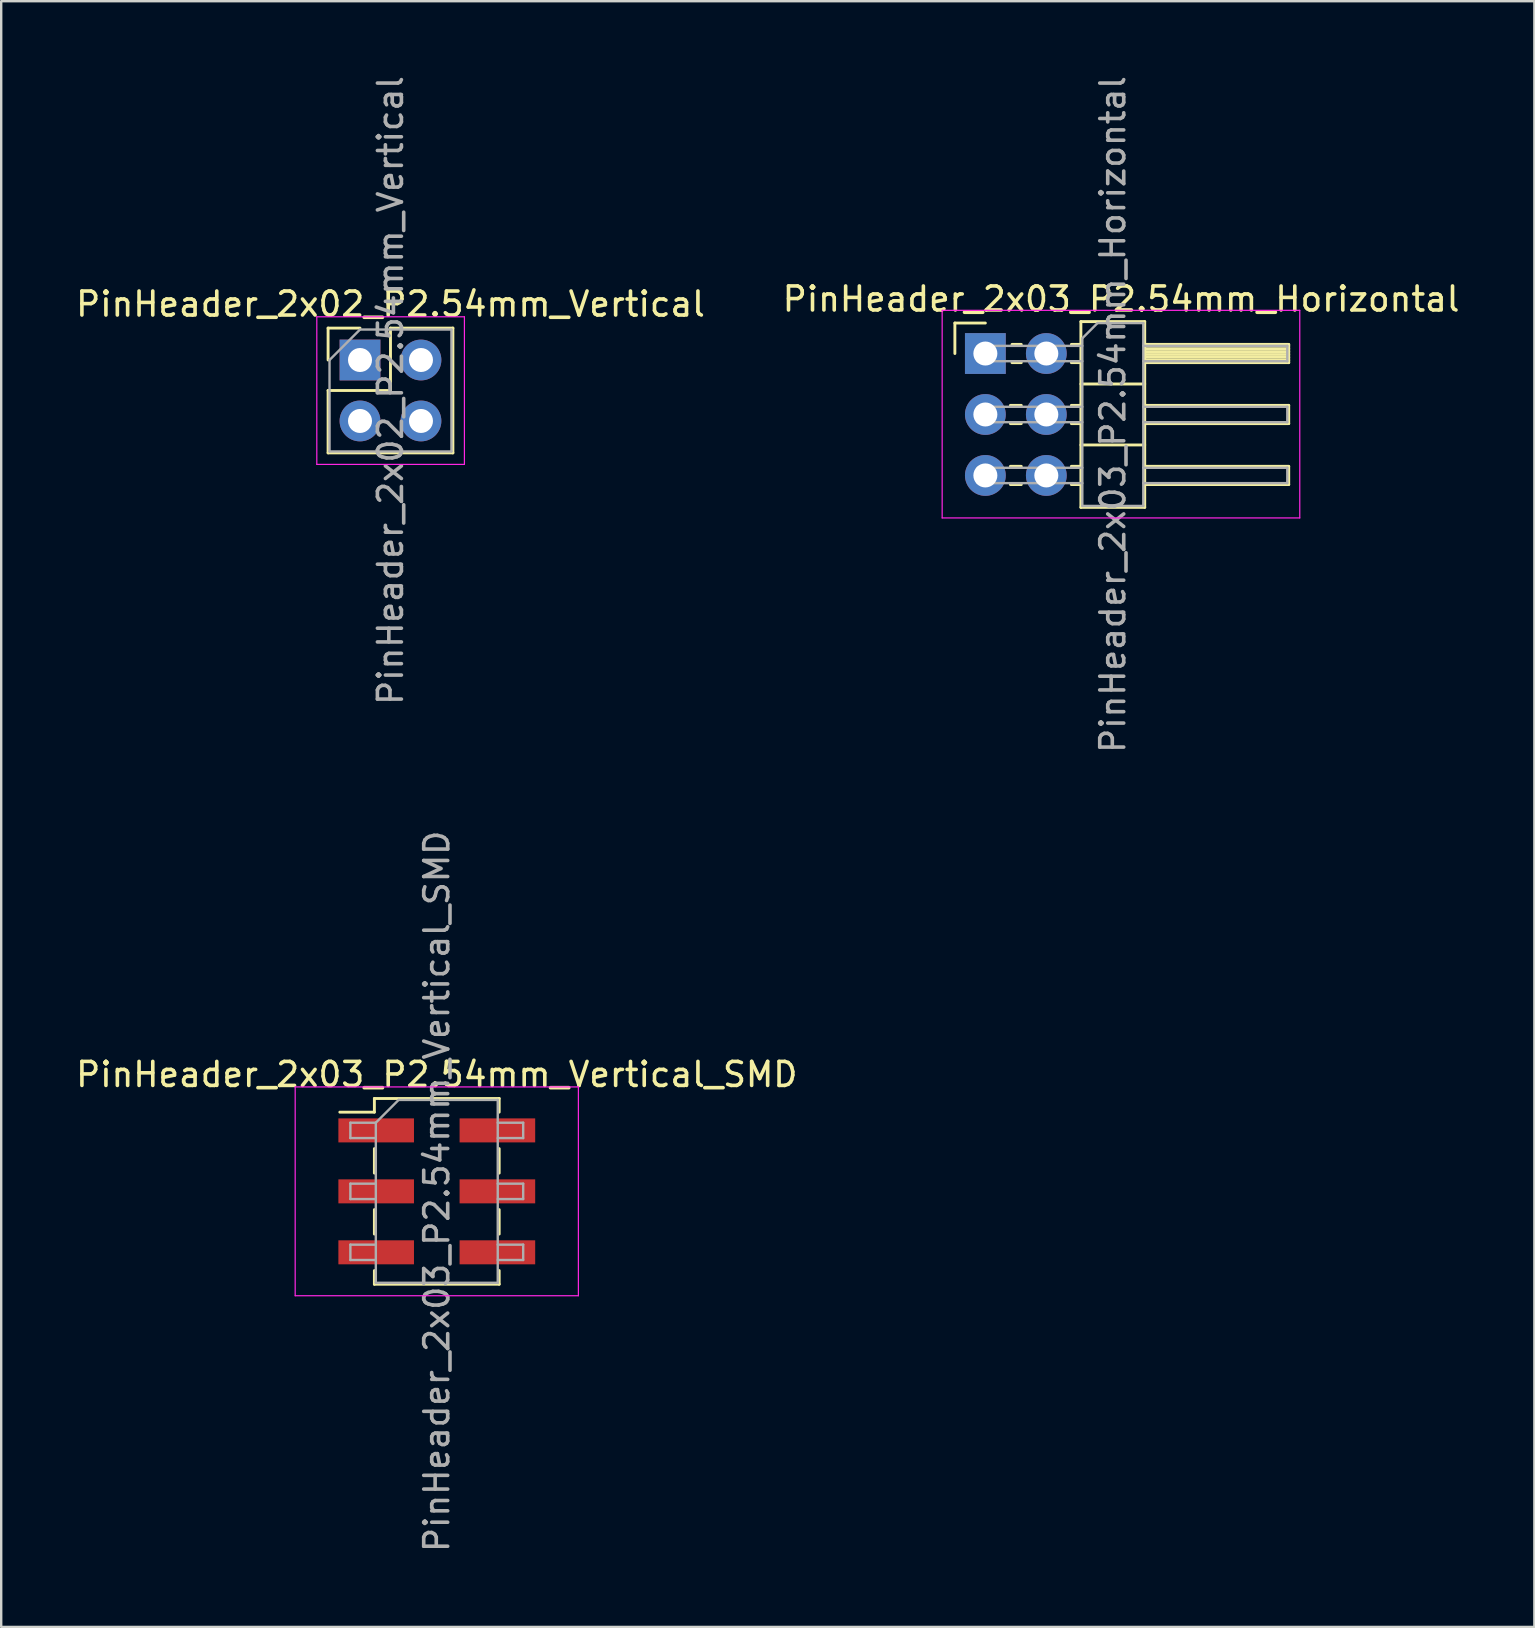
<source format=kicad_pcb>
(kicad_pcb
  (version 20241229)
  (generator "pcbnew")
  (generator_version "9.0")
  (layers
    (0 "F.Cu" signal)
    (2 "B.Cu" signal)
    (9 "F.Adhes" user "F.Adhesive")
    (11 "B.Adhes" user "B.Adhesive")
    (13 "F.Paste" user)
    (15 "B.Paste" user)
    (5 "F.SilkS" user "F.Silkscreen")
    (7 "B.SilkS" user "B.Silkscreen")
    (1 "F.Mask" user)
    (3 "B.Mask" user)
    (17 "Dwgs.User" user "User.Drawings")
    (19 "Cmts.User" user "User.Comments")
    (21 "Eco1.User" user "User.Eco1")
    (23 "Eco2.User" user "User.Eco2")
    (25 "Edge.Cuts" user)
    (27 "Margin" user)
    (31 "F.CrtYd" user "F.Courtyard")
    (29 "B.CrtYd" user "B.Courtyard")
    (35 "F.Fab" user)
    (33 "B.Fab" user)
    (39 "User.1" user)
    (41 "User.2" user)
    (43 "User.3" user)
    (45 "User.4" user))
  (footprint "PinHeader_2x03_P2.54mm_Vertical_SMD"
    (layer "F.Cu")
    (at 15.149 46.589)
    (property "Reference" "PinHeader_2x03_P2.54mm_Vertical_SMD" (at 0 -4.87 0) (layer "F.SilkS") (effects (font (size 1 1) (thickness 0.15))))
    (attr smd)
    (fp_line (start -4.04 -3.3) (end -2.6 -3.3) (stroke (width 0.12) (type solid)) (layer "F.SilkS"))
    (fp_line (start -2.6 -3.87) (end -2.6 -3.3) (stroke (width 0.12) (type solid)) (layer "F.SilkS"))
    (fp_line (start -2.6 -3.87) (end 2.6 -3.87) (stroke (width 0.12) (type solid)) (layer "F.SilkS"))
    (fp_line (start -2.6 -1.78) (end -2.6 -0.76) (stroke (width 0.12) (type solid)) (layer "F.SilkS"))
    (fp_line (start -2.6 0.76) (end -2.6 1.78) (stroke (width 0.12) (type solid)) (layer "F.SilkS"))
    (fp_line (start -2.6 3.3) (end -2.6 3.87) (stroke (width 0.12) (type solid)) (layer "F.SilkS"))
    (fp_line (start -2.6 3.87) (end 2.6 3.87) (stroke (width 0.12) (type solid)) (layer "F.SilkS"))
    (fp_line (start 2.6 -3.87) (end 2.6 -3.3) (stroke (width 0.12) (type solid)) (layer "F.SilkS"))
    (fp_line (start 2.6 -1.78) (end 2.6 -0.76) (stroke (width 0.12) (type solid)) (layer "F.SilkS"))
    (fp_line (start 2.6 0.76) (end 2.6 1.78) (stroke (width 0.12) (type solid)) (layer "F.SilkS"))
    (fp_line (start 2.6 3.3) (end 2.6 3.87) (stroke (width 0.12) (type solid)) (layer "F.SilkS"))
    (fp_line (start -5.9 -4.35) (end -5.9 4.35) (stroke (width 0.05) (type solid)) (layer "F.CrtYd"))
    (fp_line (start -5.9 4.35) (end 5.9 4.35) (stroke (width 0.05) (type solid)) (layer "F.CrtYd"))
    (fp_line (start 5.9 -4.35) (end -5.9 -4.35) (stroke (width 0.05) (type solid)) (layer "F.CrtYd"))
    (fp_line (start 5.9 4.35) (end 5.9 -4.35) (stroke (width 0.05) (type solid)) (layer "F.CrtYd"))
    (fp_line (start -3.6 -2.86) (end -3.6 -2.22) (stroke (width 0.1) (type solid)) (layer "F.Fab"))
    (fp_line (start -3.6 -2.22) (end -2.54 -2.22) (stroke (width 0.1) (type solid)) (layer "F.Fab"))
    (fp_line (start -3.6 -0.32) (end -3.6 0.32) (stroke (width 0.1) (type solid)) (layer "F.Fab"))
    (fp_line (start -3.6 0.32) (end -2.54 0.32) (stroke (width 0.1) (type solid)) (layer "F.Fab"))
    (fp_line (start -3.6 2.22) (end -3.6 2.86) (stroke (width 0.1) (type solid)) (layer "F.Fab"))
    (fp_line (start -3.6 2.86) (end -2.54 2.86) (stroke (width 0.1) (type solid)) (layer "F.Fab"))
    (fp_line (start -2.54 -2.86) (end -3.6 -2.86) (stroke (width 0.1) (type solid)) (layer "F.Fab"))
    (fp_line (start -2.54 -2.86) (end -1.59 -3.81) (stroke (width 0.1) (type solid)) (layer "F.Fab"))
    (fp_line (start -2.54 -0.32) (end -3.6 -0.32) (stroke (width 0.1) (type solid)) (layer "F.Fab"))
    (fp_line (start -2.54 2.22) (end -3.6 2.22) (stroke (width 0.1) (type solid)) (layer "F.Fab"))
    (fp_line (start -2.54 3.81) (end -2.54 -2.86) (stroke (width 0.1) (type solid)) (layer "F.Fab"))
    (fp_line (start -1.59 -3.81) (end 2.54 -3.81) (stroke (width 0.1) (type solid)) (layer "F.Fab"))
    (fp_line (start 2.54 -3.81) (end 2.54 3.81) (stroke (width 0.1) (type solid)) (layer "F.Fab"))
    (fp_line (start 2.54 -2.86) (end 3.6 -2.86) (stroke (width 0.1) (type solid)) (layer "F.Fab"))
    (fp_line (start 2.54 -0.32) (end 3.6 -0.32) (stroke (width 0.1) (type solid)) (layer "F.Fab"))
    (fp_line (start 2.54 2.22) (end 3.6 2.22) (stroke (width 0.1) (type solid)) (layer "F.Fab"))
    (fp_line (start 2.54 3.81) (end -2.54 3.81) (stroke (width 0.1) (type solid)) (layer "F.Fab"))
    (fp_line (start 3.6 -2.86) (end 3.6 -2.22) (stroke (width 0.1) (type solid)) (layer "F.Fab"))
    (fp_line (start 3.6 -2.22) (end 2.54 -2.22) (stroke (width 0.1) (type solid)) (layer "F.Fab"))
    (fp_line (start 3.6 -0.32) (end 3.6 0.32) (stroke (width 0.1) (type solid)) (layer "F.Fab"))
    (fp_line (start 3.6 0.32) (end 2.54 0.32) (stroke (width 0.1) (type solid)) (layer "F.Fab"))
    (fp_line (start 3.6 2.22) (end 3.6 2.86) (stroke (width 0.1) (type solid)) (layer "F.Fab"))
    (fp_line (start 3.6 2.86) (end 2.54 2.86) (stroke (width 0.1) (type solid)) (layer "F.Fab"))
    (fp_text user "${REFERENCE}" (at 0 0 90) (layer "F.Fab") (effects (font (size 1 1) (thickness 0.15))))
    (pad "1" smd rect (at -2.525 -2.54) (size 3.15 1) (layers "F.Cu" "F.Mask" "F.Paste"))
    (pad "2" smd rect (at 2.525 -2.54) (size 3.15 1) (layers "F.Cu" "F.Mask" "F.Paste"))
    (pad "3" smd rect (at -2.525 0) (size 3.15 1) (layers "F.Cu" "F.Mask" "F.Paste"))
    (pad "4" smd rect (at 2.525 0) (size 3.15 1) (layers "F.Cu" "F.Mask" "F.Paste"))
    (pad "5" smd rect (at -2.525 2.54) (size 3.15 1) (layers "F.Cu" "F.Mask" "F.Paste"))
    (pad "6" smd rect (at 2.525 2.54) (size 3.15 1) (layers "F.Cu" "F.Mask" "F.Paste")))
  (footprint "PinHeader_2x03_P2.54mm_Horizontal"
    (layer "F.Cu")
    (at 38.006 11.68)
    (property "Reference" "PinHeader_2x03_P2.54mm_Horizontal" (at 5.655 -2.27 0) (layer "F.SilkS") (effects (font (size 1 1) (thickness 0.15))))
    (attr through_hole)
    (fp_line (start -1.27 -1.27) (end 0 -1.27) (stroke (width 0.12) (type solid)) (layer "F.SilkS"))
    (fp_line (start -1.27 0) (end -1.27 -1.27) (stroke (width 0.12) (type solid)) (layer "F.SilkS"))
    (fp_line (start 1.043 2.16) (end 1.497 2.16) (stroke (width 0.12) (type solid)) (layer "F.SilkS"))
    (fp_line (start 1.043 2.92) (end 1.497 2.92) (stroke (width 0.12) (type solid)) (layer "F.SilkS"))
    (fp_line (start 1.043 4.7) (end 1.497 4.7) (stroke (width 0.12) (type solid)) (layer "F.SilkS"))
    (fp_line (start 1.043 5.46) (end 1.497 5.46) (stroke (width 0.12) (type solid)) (layer "F.SilkS"))
    (fp_line (start 1.11 -0.38) (end 1.497 -0.38) (stroke (width 0.12) (type solid)) (layer "F.SilkS"))
    (fp_line (start 1.11 0.38) (end 1.497 0.38) (stroke (width 0.12) (type solid)) (layer "F.SilkS"))
    (fp_line (start 3.583 -0.38) (end 3.98 -0.38) (stroke (width 0.12) (type solid)) (layer "F.SilkS"))
    (fp_line (start 3.583 0.38) (end 3.98 0.38) (stroke (width 0.12) (type solid)) (layer "F.SilkS"))
    (fp_line (start 3.583 2.16) (end 3.98 2.16) (stroke (width 0.12) (type solid)) (layer "F.SilkS"))
    (fp_line (start 3.583 2.92) (end 3.98 2.92) (stroke (width 0.12) (type solid)) (layer "F.SilkS"))
    (fp_line (start 3.583 4.7) (end 3.98 4.7) (stroke (width 0.12) (type solid)) (layer "F.SilkS"))
    (fp_line (start 3.583 5.46) (end 3.98 5.46) (stroke (width 0.12) (type solid)) (layer "F.SilkS"))
    (fp_line (start 3.98 -1.33) (end 3.98 6.41) (stroke (width 0.12) (type solid)) (layer "F.SilkS"))
    (fp_line (start 3.98 1.27) (end 6.64 1.27) (stroke (width 0.12) (type solid)) (layer "F.SilkS"))
    (fp_line (start 3.98 3.81) (end 6.64 3.81) (stroke (width 0.12) (type solid)) (layer "F.SilkS"))
    (fp_line (start 3.98 6.41) (end 6.64 6.41) (stroke (width 0.12) (type solid)) (layer "F.SilkS"))
    (fp_line (start 6.64 -1.33) (end 3.98 -1.33) (stroke (width 0.12) (type solid)) (layer "F.SilkS"))
    (fp_line (start 6.64 -0.38) (end 12.64 -0.38) (stroke (width 0.12) (type solid)) (layer "F.SilkS"))
    (fp_line (start 6.64 -0.32) (end 12.64 -0.32) (stroke (width 0.12) (type solid)) (layer "F.SilkS"))
    (fp_line (start 6.64 -0.2) (end 12.64 -0.2) (stroke (width 0.12) (type solid)) (layer "F.SilkS"))
    (fp_line (start 6.64 -0.08) (end 12.64 -0.08) (stroke (width 0.12) (type solid)) (layer "F.SilkS"))
    (fp_line (start 6.64 0.04) (end 12.64 0.04) (stroke (width 0.12) (type solid)) (layer "F.SilkS"))
    (fp_line (start 6.64 0.16) (end 12.64 0.16) (stroke (width 0.12) (type solid)) (layer "F.SilkS"))
    (fp_line (start 6.64 0.28) (end 12.64 0.28) (stroke (width 0.12) (type solid)) (layer "F.SilkS"))
    (fp_line (start 6.64 2.16) (end 12.64 2.16) (stroke (width 0.12) (type solid)) (layer "F.SilkS"))
    (fp_line (start 6.64 4.7) (end 12.64 4.7) (stroke (width 0.12) (type solid)) (layer "F.SilkS"))
    (fp_line (start 6.64 6.41) (end 6.64 -1.33) (stroke (width 0.12) (type solid)) (layer "F.SilkS"))
    (fp_line (start 12.64 -0.38) (end 12.64 0.38) (stroke (width 0.12) (type solid)) (layer "F.SilkS"))
    (fp_line (start 12.64 0.38) (end 6.64 0.38) (stroke (width 0.12) (type solid)) (layer "F.SilkS"))
    (fp_line (start 12.64 2.16) (end 12.64 2.92) (stroke (width 0.12) (type solid)) (layer "F.SilkS"))
    (fp_line (start 12.64 2.92) (end 6.64 2.92) (stroke (width 0.12) (type solid)) (layer "F.SilkS"))
    (fp_line (start 12.64 4.7) (end 12.64 5.46) (stroke (width 0.12) (type solid)) (layer "F.SilkS"))
    (fp_line (start 12.64 5.46) (end 6.64 5.46) (stroke (width 0.12) (type solid)) (layer "F.SilkS"))
    (fp_line (start -1.8 -1.8) (end -1.8 6.85) (stroke (width 0.05) (type solid)) (layer "F.CrtYd"))
    (fp_line (start -1.8 6.85) (end 13.1 6.85) (stroke (width 0.05) (type solid)) (layer "F.CrtYd"))
    (fp_line (start 13.1 -1.8) (end -1.8 -1.8) (stroke (width 0.05) (type solid)) (layer "F.CrtYd"))
    (fp_line (start 13.1 6.85) (end 13.1 -1.8) (stroke (width 0.05) (type solid)) (layer "F.CrtYd"))
    (fp_line (start -0.32 -0.32) (end -0.32 0.32) (stroke (width 0.1) (type solid)) (layer "F.Fab"))
    (fp_line (start -0.32 -0.32) (end 4.04 -0.32) (stroke (width 0.1) (type solid)) (layer "F.Fab"))
    (fp_line (start -0.32 0.32) (end 4.04 0.32) (stroke (width 0.1) (type solid)) (layer "F.Fab"))
    (fp_line (start -0.32 2.22) (end -0.32 2.86) (stroke (width 0.1) (type solid)) (layer "F.Fab"))
    (fp_line (start -0.32 2.22) (end 4.04 2.22) (stroke (width 0.1) (type solid)) (layer "F.Fab"))
    (fp_line (start -0.32 2.86) (end 4.04 2.86) (stroke (width 0.1) (type solid)) (layer "F.Fab"))
    (fp_line (start -0.32 4.76) (end -0.32 5.4) (stroke (width 0.1) (type solid)) (layer "F.Fab"))
    (fp_line (start -0.32 4.76) (end 4.04 4.76) (stroke (width 0.1) (type solid)) (layer "F.Fab"))
    (fp_line (start -0.32 5.4) (end 4.04 5.4) (stroke (width 0.1) (type solid)) (layer "F.Fab"))
    (fp_line (start 4.04 -0.635) (end 4.675 -1.27) (stroke (width 0.1) (type solid)) (layer "F.Fab"))
    (fp_line (start 4.04 6.35) (end 4.04 -0.635) (stroke (width 0.1) (type solid)) (layer "F.Fab"))
    (fp_line (start 4.675 -1.27) (end 6.58 -1.27) (stroke (width 0.1) (type solid)) (layer "F.Fab"))
    (fp_line (start 6.58 -1.27) (end 6.58 6.35) (stroke (width 0.1) (type solid)) (layer "F.Fab"))
    (fp_line (start 6.58 -0.32) (end 12.58 -0.32) (stroke (width 0.1) (type solid)) (layer "F.Fab"))
    (fp_line (start 6.58 0.32) (end 12.58 0.32) (stroke (width 0.1) (type solid)) (layer "F.Fab"))
    (fp_line (start 6.58 2.22) (end 12.58 2.22) (stroke (width 0.1) (type solid)) (layer "F.Fab"))
    (fp_line (start 6.58 2.86) (end 12.58 2.86) (stroke (width 0.1) (type solid)) (layer "F.Fab"))
    (fp_line (start 6.58 4.76) (end 12.58 4.76) (stroke (width 0.1) (type solid)) (layer "F.Fab"))
    (fp_line (start 6.58 5.4) (end 12.58 5.4) (stroke (width 0.1) (type solid)) (layer "F.Fab"))
    (fp_line (start 6.58 6.35) (end 4.04 6.35) (stroke (width 0.1) (type solid)) (layer "F.Fab"))
    (fp_line (start 12.58 -0.32) (end 12.58 0.32) (stroke (width 0.1) (type solid)) (layer "F.Fab"))
    (fp_line (start 12.58 2.22) (end 12.58 2.86) (stroke (width 0.1) (type solid)) (layer "F.Fab"))
    (fp_line (start 12.58 4.76) (end 12.58 5.4) (stroke (width 0.1) (type solid)) (layer "F.Fab"))
    (fp_text user "${REFERENCE}" (at 5.31 2.54 90) (layer "F.Fab") (effects (font (size 1 1) (thickness 0.15))))
    (pad "1" thru_hole rect (at 0 0) (size 1.7 1.7) (drill 1) (layers "*.Cu" "*.Mask"))
    (pad "2" thru_hole oval (at 2.54 0) (size 1.7 1.7) (drill 1) (layers "*.Cu" "*.Mask"))
    (pad "3" thru_hole oval (at 0 2.54) (size 1.7 1.7) (drill 1) (layers "*.Cu" "*.Mask"))
    (pad "4" thru_hole oval (at 2.54 2.54) (size 1.7 1.7) (drill 1) (layers "*.Cu" "*.Mask"))
    (pad "5" thru_hole oval (at 0 5.08) (size 1.7 1.7) (drill 1) (layers "*.Cu" "*.Mask"))
    (pad "6" thru_hole oval (at 2.54 5.08) (size 1.7 1.7) (drill 1) (layers "*.Cu" "*.Mask")))
  (footprint "PinHeader_2x02_P2.54mm_Vertical"
    (layer "F.Cu")
    (at 11.95 11.95)
    (property "Reference" "PinHeader_2x02_P2.54mm_Vertical" (at 1.27 -2.33 0) (layer "F.SilkS") (effects (font (size 1 1) (thickness 0.15))))
    (attr through_hole)
    (fp_line (start -1.33 -1.33) (end 0 -1.33) (stroke (width 0.12) (type solid)) (layer "F.SilkS"))
    (fp_line (start -1.33 0) (end -1.33 -1.33) (stroke (width 0.12) (type solid)) (layer "F.SilkS"))
    (fp_line (start -1.33 1.27) (end -1.33 3.87) (stroke (width 0.12) (type solid)) (layer "F.SilkS"))
    (fp_line (start -1.33 1.27) (end 1.27 1.27) (stroke (width 0.12) (type solid)) (layer "F.SilkS"))
    (fp_line (start -1.33 3.87) (end 3.87 3.87) (stroke (width 0.12) (type solid)) (layer "F.SilkS"))
    (fp_line (start 1.27 -1.33) (end 3.87 -1.33) (stroke (width 0.12) (type solid)) (layer "F.SilkS"))
    (fp_line (start 1.27 1.27) (end 1.27 -1.33) (stroke (width 0.12) (type solid)) (layer "F.SilkS"))
    (fp_line (start 3.87 -1.33) (end 3.87 3.87) (stroke (width 0.12) (type solid)) (layer "F.SilkS"))
    (fp_line (start -1.8 -1.8) (end -1.8 4.35) (stroke (width 0.05) (type solid)) (layer "F.CrtYd"))
    (fp_line (start -1.8 4.35) (end 4.35 4.35) (stroke (width 0.05) (type solid)) (layer "F.CrtYd"))
    (fp_line (start 4.35 -1.8) (end -1.8 -1.8) (stroke (width 0.05) (type solid)) (layer "F.CrtYd"))
    (fp_line (start 4.35 4.35) (end 4.35 -1.8) (stroke (width 0.05) (type solid)) (layer "F.CrtYd"))
    (fp_line (start -1.27 0) (end 0 -1.27) (stroke (width 0.1) (type solid)) (layer "F.Fab"))
    (fp_line (start -1.27 3.81) (end -1.27 0) (stroke (width 0.1) (type solid)) (layer "F.Fab"))
    (fp_line (start 0 -1.27) (end 3.81 -1.27) (stroke (width 0.1) (type solid)) (layer "F.Fab"))
    (fp_line (start 3.81 -1.27) (end 3.81 3.81) (stroke (width 0.1) (type solid)) (layer "F.Fab"))
    (fp_line (start 3.81 3.81) (end -1.27 3.81) (stroke (width 0.1) (type solid)) (layer "F.Fab"))
    (fp_text user "${REFERENCE}" (at 1.27 1.27 90) (layer "F.Fab") (effects (font (size 1 1) (thickness 0.15))))
    (pad "1" thru_hole rect (at 0 0) (size 1.7 1.7) (drill 1) (layers "*.Cu" "*.Mask"))
    (pad "2" thru_hole oval (at 2.54 0) (size 1.7 1.7) (drill 1) (layers "*.Cu" "*.Mask"))
    (pad "3" thru_hole oval (at 0 2.54) (size 1.7 1.7) (drill 1) (layers "*.Cu" "*.Mask"))
    (pad "4" thru_hole oval (at 2.54 2.54) (size 1.7 1.7) (drill 1) (layers "*.Cu" "*.Mask")))
  (gr_rect
    (start -3 -3)
    (end 60.881 64.738)
    (stroke (width 0.1) (type default))
    (fill no)
    (layer "Edge.Cuts")))
</source>
